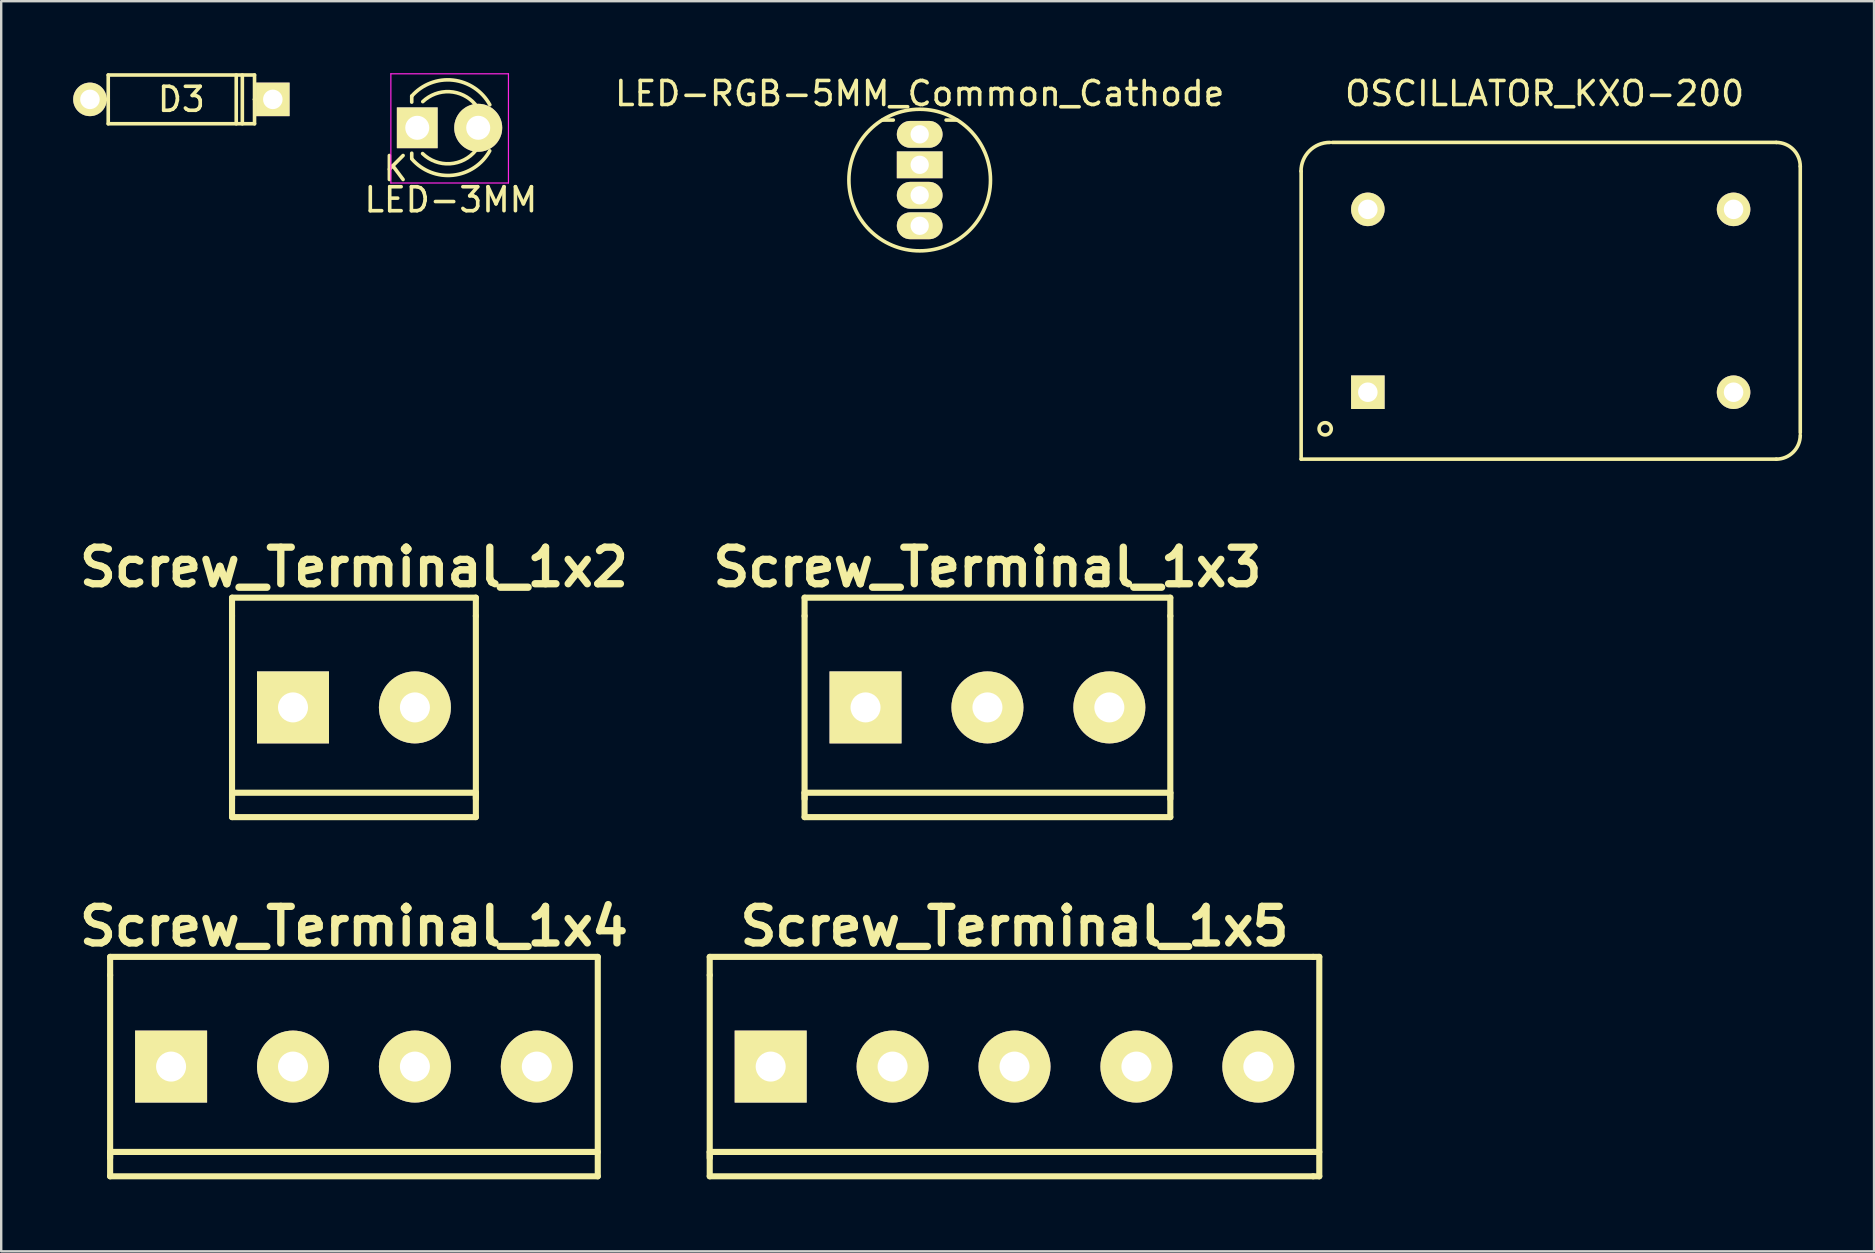
<source format=kicad_pcb>
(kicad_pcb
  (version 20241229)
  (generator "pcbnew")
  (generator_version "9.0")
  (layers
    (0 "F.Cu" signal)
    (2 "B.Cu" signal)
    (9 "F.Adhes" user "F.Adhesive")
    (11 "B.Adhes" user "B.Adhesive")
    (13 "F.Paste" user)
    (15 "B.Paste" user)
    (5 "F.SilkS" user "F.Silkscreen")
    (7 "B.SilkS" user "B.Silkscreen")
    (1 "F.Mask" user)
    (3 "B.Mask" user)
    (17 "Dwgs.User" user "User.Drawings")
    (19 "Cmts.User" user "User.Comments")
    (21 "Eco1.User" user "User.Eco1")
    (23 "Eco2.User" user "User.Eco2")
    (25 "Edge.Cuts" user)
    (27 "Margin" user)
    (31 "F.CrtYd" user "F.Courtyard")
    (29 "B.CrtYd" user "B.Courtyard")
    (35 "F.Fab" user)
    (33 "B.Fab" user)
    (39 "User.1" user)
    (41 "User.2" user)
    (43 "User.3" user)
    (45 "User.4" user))
  (footprint "LED-RGB-5MM_Common_Cathode"
    (layer "F.Cu")
    (at 35.273 2.548)
    (property "Reference" "LED-RGB-5MM_Common_Cathode" (at 0 -1.7 0) (layer "F.SilkS") (effects (font (size 1 1) (thickness 0.15))))
    (attr through_hole)
    (fp_line (start -1.1 -0.595) (end -1.55 -0.595) (stroke (width 0.15) (type solid)) (layer "F.SilkS"))
    (fp_line (start 1.1 -0.595) (end 1.55 -0.595) (stroke (width 0.15) (type solid)) (layer "F.SilkS"))
    (fp_circle (center 0 1.905) (end 2.95 1.905) (stroke (width 0.15) (type solid)) (fill no) (layer "F.SilkS"))
    (pad "1" thru_hole oval (at 0 0) (size 1.905 1.118) (drill 0.762) (layers "*.Cu" "*.Mask" "F.SilkS"))
    (pad "2" thru_hole rect (at 0 1.27) (size 1.905 1.118) (drill 0.762) (layers "*.Cu" "*.Mask" "F.SilkS"))
    (pad "3" thru_hole oval (at 0 2.54) (size 1.905 1.118) (drill 0.762) (layers "*.Cu" "*.Mask" "F.SilkS"))
    (pad "4" thru_hole oval (at 0 3.81) (size 1.905 1.118) (drill 0.762) (layers "*.Cu" "*.Mask" "F.SilkS")))
  (footprint "D3"
    (layer "F.Cu")
    (at 4.508 1.091)
    (property "Reference" "D3" (at 0 0 0) (layer "F.SilkS") (effects (font (size 1 1) (thickness 0.15))))
    (attr through_hole)
    (fp_line (start -3.048 -1.016) (end -3.048 0) (stroke (width 0.15) (type solid)) (layer "F.SilkS"))
    (fp_line (start -3.048 0) (end -3.81 0) (stroke (width 0.15) (type solid)) (layer "F.SilkS"))
    (fp_line (start -3.048 0) (end -3.048 1.016) (stroke (width 0.15) (type solid)) (layer "F.SilkS"))
    (fp_line (start -3.048 1.016) (end 3.048 1.016) (stroke (width 0.15) (type solid)) (layer "F.SilkS"))
    (fp_line (start 2.286 1.016) (end 2.286 -1.016) (stroke (width 0.15) (type solid)) (layer "F.SilkS"))
    (fp_line (start 2.54 -1.016) (end 2.54 1.016) (stroke (width 0.15) (type solid)) (layer "F.SilkS"))
    (fp_line (start 3.048 -1.016) (end -3.048 -1.016) (stroke (width 0.15) (type solid)) (layer "F.SilkS"))
    (fp_line (start 3.048 0) (end 3.048 -1.016) (stroke (width 0.15) (type solid)) (layer "F.SilkS"))
    (fp_line (start 3.048 1.016) (end 3.048 0) (stroke (width 0.15) (type solid)) (layer "F.SilkS"))
    (fp_line (start 3.81 0) (end 3.048 0) (stroke (width 0.15) (type solid)) (layer "F.SilkS"))
    (pad "1" thru_hole rect (at 3.81 0) (size 1.397 1.397) (drill 0.813) (layers "*.Cu" "*.Mask" "F.SilkS"))
    (pad "2" thru_hole circle (at -3.81 0) (size 1.397 1.397) (drill 0.813) (layers "*.Cu" "*.Mask" "F.SilkS")))
  (footprint "OSCILLATOR_KXO-200"
    (layer "F.Cu")
    (at 61.567 9.484)
    (property "Reference" "OSCILLATOR_KXO-200" (at -0.254 -8.636 0) (layer "F.SilkS") (effects (font (size 1 1) (thickness 0.15))))
    (attr through_hole)
    (fp_line (start -10.399 -5.4) (end -10.399 6.599) (stroke (width 0.15) (type solid)) (layer "F.SilkS"))
    (fp_line (start -9.101 -6.599) (end 9.401 -6.599) (stroke (width 0.15) (type solid)) (layer "F.SilkS"))
    (fp_line (start 9.401 6.599) (end -10.399 6.599) (stroke (width 0.15) (type solid)) (layer "F.SilkS"))
    (fp_line (start 10.399 -5.601) (end 10.399 5.499) (stroke (width 0.15) (type solid)) (layer "F.SilkS"))
    (fp_arc (start -10.40384 -5.40004) (mid -10.052696 -6.247776) (end -9.20496 -6.59892) (stroke (width 0.15) (type solid)) (layer "F.SilkS"))
    (fp_arc (start 9.40054 -6.59892) (mid 10.106388 -6.306548) (end 10.39876 -5.6007) (stroke (width 0.15) (type solid)) (layer "F.SilkS"))
    (fp_arc (start 10.39876 5.6007) (mid 10.106388 6.306548) (end 9.40054 6.59892) (stroke (width 0.15) (type solid)) (layer "F.SilkS"))
    (fp_circle (center -9.398 5.334) (end -9.398 5.588) (stroke (width 0.15) (type solid)) (fill no) (layer "F.SilkS"))
    (pad "1" thru_hole rect (at -7.62 3.81) (size 1.397 1.397) (drill 0.813) (layers "*.Cu" "*.Mask" "F.SilkS"))
    (pad "7" thru_hole circle (at 7.62 3.81) (size 1.397 1.397) (drill 0.813) (layers "*.Cu" "*.Mask" "F.SilkS"))
    (pad "8" thru_hole circle (at 7.62 -3.81) (size 1.397 1.397) (drill 0.813) (layers "*.Cu" "*.Mask" "F.SilkS"))
    (pad "14" thru_hole circle (at -7.62 -3.81) (size 1.397 1.397) (drill 0.813) (layers "*.Cu" "*.Mask" "F.SilkS")))
  (footprint "Screw_Terminal_1x4"
    (layer "F.Cu")
    (at 11.699 41.394)
    (property "Reference" "Screw_Terminal_1x4" (at 0 -5.842 0) (layer "F.SilkS") (effects (font (size 1.524 1.524) (thickness 0.305))))
    (attr through_hole)
    (fp_line (start -10.16 -4.572) (end -10.16 -3.81) (stroke (width 0.254) (type solid)) (layer "F.SilkS"))
    (fp_line (start -10.16 3.556) (end 10.16 3.556) (stroke (width 0.254) (type solid)) (layer "F.SilkS"))
    (fp_line (start -10.16 3.81) (end -10.16 -3.81) (stroke (width 0.254) (type solid)) (layer "F.SilkS"))
    (fp_line (start -10.16 4.572) (end -10.16 3.556) (stroke (width 0.254) (type solid)) (layer "F.SilkS"))
    (fp_line (start 10.16 -4.572) (end -10.16 -4.572) (stroke (width 0.254) (type solid)) (layer "F.SilkS"))
    (fp_line (start 10.16 -4.572) (end 10.16 4.572) (stroke (width 0.254) (type solid)) (layer "F.SilkS"))
    (fp_line (start 10.16 4.572) (end -10.16 4.572) (stroke (width 0.254) (type solid)) (layer "F.SilkS"))
    (pad "1" thru_hole rect (at -7.62 0) (size 3 3) (drill 1.25) (layers "*.Cu" "*.Mask" "F.SilkS"))
    (pad "2" thru_hole circle (at -2.54 0) (size 3 3) (drill 1.25) (layers "*.Cu" "*.Mask" "F.SilkS"))
    (pad "3" thru_hole circle (at 2.54 0) (size 3 3) (drill 1.25) (layers "*.Cu" "*.Mask" "F.SilkS"))
    (pad "4" thru_hole circle (at 7.62 0) (size 3 3) (drill 1.25) (layers "*.Cu" "*.Mask" "F.SilkS")))
  (footprint "Screw_Terminal_1x2"
    (layer "F.Cu")
    (at 11.699 26.427)
    (property "Reference" "Screw_Terminal_1x2" (at 0 -5.842 0) (layer "F.SilkS") (effects (font (size 1.524 1.524) (thickness 0.305))))
    (attr through_hole)
    (fp_line (start -5.08 -4.572) (end -5.08 -3.81) (stroke (width 0.254) (type solid)) (layer "F.SilkS"))
    (fp_line (start -5.08 -3.81) (end -5.08 3.81) (stroke (width 0.254) (type solid)) (layer "F.SilkS"))
    (fp_line (start -5.08 3.556) (end 5.08 3.556) (stroke (width 0.254) (type solid)) (layer "F.SilkS"))
    (fp_line (start -5.08 4.572) (end -5.08 3.556) (stroke (width 0.254) (type solid)) (layer "F.SilkS"))
    (fp_line (start 5.08 -4.572) (end -5.08 -4.572) (stroke (width 0.254) (type solid)) (layer "F.SilkS"))
    (fp_line (start 5.08 -3.81) (end 5.08 -4.572) (stroke (width 0.254) (type solid)) (layer "F.SilkS"))
    (fp_line (start 5.08 3.556) (end 5.08 4.572) (stroke (width 0.254) (type solid)) (layer "F.SilkS"))
    (fp_line (start 5.08 3.81) (end 5.08 -3.81) (stroke (width 0.254) (type solid)) (layer "F.SilkS"))
    (fp_line (start 5.08 4.572) (end -5.08 4.572) (stroke (width 0.254) (type solid)) (layer "F.SilkS"))
    (pad "1" thru_hole rect (at -2.54 0) (size 3 3) (drill 1.25) (layers "*.Cu" "*.Mask" "F.SilkS"))
    (pad "2" thru_hole circle (at 2.54 0) (size 3 3) (drill 1.25) (layers "*.Cu" "*.Mask" "F.SilkS")))
  (footprint "Screw_Terminal_1x3"
    (layer "F.Cu")
    (at 38.096 26.427)
    (property "Reference" "Screw_Terminal_1x3" (at 0 -5.842 0) (layer "F.SilkS") (effects (font (size 1.524 1.524) (thickness 0.305))))
    (attr through_hole)
    (fp_line (start -7.62 -4.572) (end -7.62 -3.81) (stroke (width 0.254) (type solid)) (layer "F.SilkS"))
    (fp_line (start -7.62 -4.572) (end 7.62 -4.572) (stroke (width 0.254) (type solid)) (layer "F.SilkS"))
    (fp_line (start -7.62 3.556) (end 7.62 3.556) (stroke (width 0.254) (type solid)) (layer "F.SilkS"))
    (fp_line (start -7.62 3.81) (end -7.62 -3.81) (stroke (width 0.254) (type solid)) (layer "F.SilkS"))
    (fp_line (start -7.62 4.572) (end -7.62 3.556) (stroke (width 0.254) (type solid)) (layer "F.SilkS"))
    (fp_line (start 7.62 -4.572) (end 7.62 -3.81) (stroke (width 0.254) (type solid)) (layer "F.SilkS"))
    (fp_line (start 7.62 3.556) (end 7.62 4.572) (stroke (width 0.254) (type solid)) (layer "F.SilkS"))
    (fp_line (start 7.62 3.81) (end 7.62 -3.81) (stroke (width 0.254) (type solid)) (layer "F.SilkS"))
    (fp_line (start 7.62 4.572) (end -7.62 4.572) (stroke (width 0.254) (type solid)) (layer "F.SilkS"))
    (pad "1" thru_hole rect (at -5.08 0) (size 3 3) (drill 1.25) (layers "*.Cu" "*.Mask" "F.SilkS"))
    (pad "2" thru_hole circle (at 0 0) (size 3 3) (drill 1.25) (layers "*.Cu" "*.Mask" "F.SilkS"))
    (pad "3" thru_hole circle (at 5.08 0) (size 3 3) (drill 1.25) (layers "*.Cu" "*.Mask" "F.SilkS")))
  (footprint "LED-3MM"
    (layer "F.Cu")
    (at 14.337 2.275)
    (property "Reference" "LED-3MM" (at 1.4 3 0) (layer "F.SilkS") (effects (font (size 1 1) (thickness 0.15))))
    (attr through_hole)
    (fp_line (start -0.23 -1.32) (end -0.23 -1.07) (stroke (width 0.15) (type solid)) (layer "F.SilkS"))
    (fp_line (start -0.23 1.28) (end -0.23 1.06) (stroke (width 0.15) (type solid)) (layer "F.SilkS"))
    (fp_arc (start -0.23 -1.32) (mid 1.490916 -1.985849) (end 3.023424 -0.958072) (stroke (width 0.15) (type solid)) (layer "F.SilkS"))
    (fp_arc (start 0.23 -1.09) (mid 1.344769 -1.504696) (end 2.412936 -0.981529) (stroke (width 0.15) (type solid)) (layer "F.SilkS"))
    (fp_arc (start 2.44 0.94) (mid 1.360864 1.49808) (end 0.222188 1.074519) (stroke (width 0.15) (type solid)) (layer "F.SilkS"))
    (fp_arc (start 3.02 0.96) (mid 1.491637 1.975958) (end -0.21722 1.306726) (stroke (width 0.15) (type solid)) (layer "F.SilkS"))
    (fp_line (start -1.1 -2.25) (end -1.1 2.3) (stroke (width 0.05) (type solid)) (layer "F.CrtYd"))
    (fp_line (start -1.1 -2.25) (end 3.8 -2.25) (stroke (width 0.05) (type solid)) (layer "F.CrtYd"))
    (fp_line (start -1.1 2.3) (end 3.8 2.3) (stroke (width 0.05) (type solid)) (layer "F.CrtYd"))
    (fp_line (start 3.8 -2.25) (end 3.8 2.3) (stroke (width 0.05) (type solid)) (layer "F.CrtYd"))
    (fp_text user "K" (at -0.9 1.7 0) (layer "F.SilkS") (effects (font (size 1 1) (thickness 0.15))))
    (pad "1" thru_hole rect (at 0 0 90) (size 1.699 1.699) (drill 1.001) (layers "*.Cu" "*.Mask" "F.SilkS"))
    (pad "2" thru_hole circle (at 2.54 0) (size 1.999 1.999) (drill 1.001) (layers "*.Cu" "*.Mask" "F.SilkS")))
  (footprint "Screw_Terminal_1x5"
    (layer "F.Cu")
    (at 39.224 41.394)
    (property "Reference" "Screw_Terminal_1x5" (at 0 -5.842 0) (layer "F.SilkS") (effects (font (size 1.524 1.524) (thickness 0.305))))
    (attr through_hole)
    (fp_line (start -12.7 -4.572) (end -12.7 -3.81) (stroke (width 0.254) (type solid)) (layer "F.SilkS"))
    (fp_line (start -12.7 -4.572) (end 12.446 -4.572) (stroke (width 0.254) (type solid)) (layer "F.SilkS"))
    (fp_line (start -12.7 3.81) (end -12.7 -3.81) (stroke (width 0.254) (type solid)) (layer "F.SilkS"))
    (fp_line (start -12.7 4.572) (end -12.7 3.556) (stroke (width 0.254) (type solid)) (layer "F.SilkS"))
    (fp_line (start 12.446 3.556) (end -12.7 3.556) (stroke (width 0.254) (type solid)) (layer "F.SilkS"))
    (fp_line (start 12.446 4.572) (end -12.7 4.572) (stroke (width 0.254) (type solid)) (layer "F.SilkS"))
    (fp_line (start 12.7 -4.572) (end 12.446 -4.572) (stroke (width 0.254) (type solid)) (layer "F.SilkS"))
    (fp_line (start 12.7 -4.572) (end 12.7 4.572) (stroke (width 0.254) (type solid)) (layer "F.SilkS"))
    (fp_line (start 12.7 3.556) (end 12.446 3.556) (stroke (width 0.254) (type solid)) (layer "F.SilkS"))
    (fp_line (start 12.7 4.572) (end 12.446 4.572) (stroke (width 0.254) (type solid)) (layer "F.SilkS"))
    (pad "1" thru_hole rect (at -10.16 0) (size 3 3) (drill 1.25) (layers "*.Cu" "*.Mask" "F.SilkS"))
    (pad "2" thru_hole circle (at -5.08 0) (size 3 3) (drill 1.25) (layers "*.Cu" "*.Mask" "F.SilkS"))
    (pad "3" thru_hole circle (at 0 0) (size 3 3) (drill 1.25) (layers "*.Cu" "*.Mask" "F.SilkS"))
    (pad "4" thru_hole circle (at 5.08 0) (size 3 3) (drill 1.25) (layers "*.Cu" "*.Mask" "F.SilkS"))
    (pad "5" thru_hole circle (at 10.16 0) (size 3 3) (drill 1.25) (layers "*.Cu" "*.Mask" "F.SilkS")))
  (gr_rect
    (start -3 -3)
    (end 75.041 49.093)
    (stroke (width 0.1) (type default))
    (fill no)
    (layer "Edge.Cuts")))
</source>
